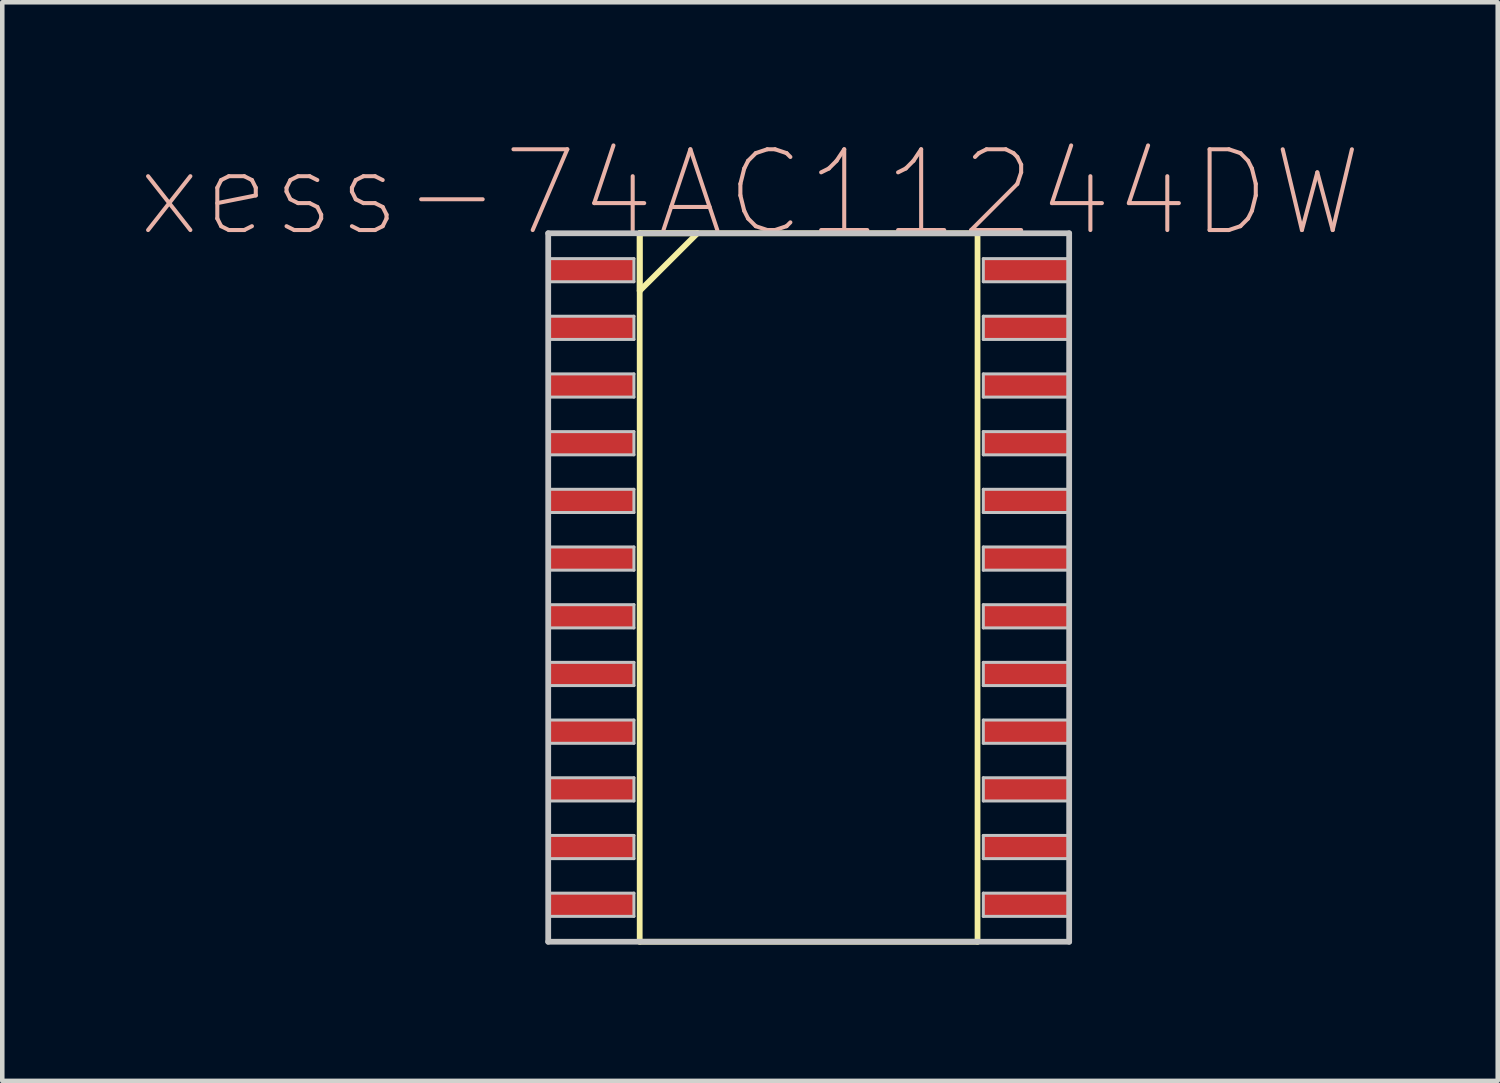
<source format=kicad_pcb>
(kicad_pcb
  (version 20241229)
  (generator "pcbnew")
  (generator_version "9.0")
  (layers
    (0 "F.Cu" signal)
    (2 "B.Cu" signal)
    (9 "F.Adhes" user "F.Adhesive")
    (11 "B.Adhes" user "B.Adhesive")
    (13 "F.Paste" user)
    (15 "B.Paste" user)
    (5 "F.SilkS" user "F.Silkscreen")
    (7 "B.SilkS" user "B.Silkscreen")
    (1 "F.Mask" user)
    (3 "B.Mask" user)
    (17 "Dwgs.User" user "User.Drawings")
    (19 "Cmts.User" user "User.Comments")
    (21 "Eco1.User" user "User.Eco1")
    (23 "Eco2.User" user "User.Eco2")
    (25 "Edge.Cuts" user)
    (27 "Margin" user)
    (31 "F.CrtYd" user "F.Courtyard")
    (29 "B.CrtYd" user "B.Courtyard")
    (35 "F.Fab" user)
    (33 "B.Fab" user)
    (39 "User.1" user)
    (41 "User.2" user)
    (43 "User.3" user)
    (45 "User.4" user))
  (footprint "xess-74AC11244DW"
    (layer "F.Cu")
    (at 10.072 2.898)
    (property "Reference" "xess-74AC11244DW" (at 3.388 -1.702 0) (layer "B.SilkS") (effects (font (size 1.778 1.778) (thickness 0.089))))
    (attr smd)
    (fp_line (start 0.96 -0.813) (end 0.96 0.455) (stroke (width 0.127) (type solid)) (layer "F.SilkS"))
    (fp_line (start 0.96 -0.813) (end 0.96 14.783) (stroke (width 0.127) (type solid)) (layer "F.SilkS"))
    (fp_line (start 0.96 0.455) (end 2.23 -0.813) (stroke (width 0.127) (type solid)) (layer "F.SilkS"))
    (fp_line (start 0.96 14.783) (end 8.397 14.783) (stroke (width 0.127) (type solid)) (layer "F.SilkS"))
    (fp_line (start 2.23 -0.813) (end 0.96 -0.813) (stroke (width 0.127) (type solid)) (layer "F.SilkS"))
    (fp_line (start 8.397 -0.813) (end 0.96 -0.813) (stroke (width 0.127) (type solid)) (layer "F.SilkS"))
    (fp_line (start 8.397 14.783) (end 8.397 -0.813) (stroke (width 0.127) (type solid)) (layer "F.SilkS"))
    (fp_line (start -1.054 -0.813) (end -1.054 14.783) (stroke (width 0.127) (type solid)) (layer "Dwgs.User"))
    (fp_line (start -1.054 -0.254) (end 0.833 -0.254) (stroke (width 0.066) (type solid)) (layer "Dwgs.User"))
    (fp_line (start -1.054 0.254) (end -1.054 -0.254) (stroke (width 0.066) (type solid)) (layer "Dwgs.User"))
    (fp_line (start -1.054 0.254) (end 0.833 0.254) (stroke (width 0.066) (type solid)) (layer "Dwgs.User"))
    (fp_line (start -1.054 1.013) (end 0.833 1.013) (stroke (width 0.066) (type solid)) (layer "Dwgs.User"))
    (fp_line (start -1.054 1.524) (end -1.054 1.013) (stroke (width 0.066) (type solid)) (layer "Dwgs.User"))
    (fp_line (start -1.054 1.524) (end 0.833 1.524) (stroke (width 0.066) (type solid)) (layer "Dwgs.User"))
    (fp_line (start -1.054 2.283) (end 0.833 2.283) (stroke (width 0.066) (type solid)) (layer "Dwgs.User"))
    (fp_line (start -1.054 2.794) (end -1.054 2.283) (stroke (width 0.066) (type solid)) (layer "Dwgs.User"))
    (fp_line (start -1.054 2.794) (end 0.833 2.794) (stroke (width 0.066) (type solid)) (layer "Dwgs.User"))
    (fp_line (start -1.054 3.553) (end 0.833 3.553) (stroke (width 0.066) (type solid)) (layer "Dwgs.User"))
    (fp_line (start -1.054 4.064) (end -1.054 3.553) (stroke (width 0.066) (type solid)) (layer "Dwgs.User"))
    (fp_line (start -1.054 4.064) (end 0.833 4.064) (stroke (width 0.066) (type solid)) (layer "Dwgs.User"))
    (fp_line (start -1.054 4.823) (end 0.833 4.823) (stroke (width 0.066) (type solid)) (layer "Dwgs.User"))
    (fp_line (start -1.054 5.334) (end -1.054 4.823) (stroke (width 0.066) (type solid)) (layer "Dwgs.User"))
    (fp_line (start -1.054 5.334) (end 0.833 5.334) (stroke (width 0.066) (type solid)) (layer "Dwgs.User"))
    (fp_line (start -1.054 6.093) (end 0.833 6.093) (stroke (width 0.066) (type solid)) (layer "Dwgs.User"))
    (fp_line (start -1.054 6.604) (end -1.054 6.093) (stroke (width 0.066) (type solid)) (layer "Dwgs.User"))
    (fp_line (start -1.054 6.604) (end 0.833 6.604) (stroke (width 0.066) (type solid)) (layer "Dwgs.User"))
    (fp_line (start -1.054 7.363) (end 0.833 7.363) (stroke (width 0.066) (type solid)) (layer "Dwgs.User"))
    (fp_line (start -1.054 7.874) (end -1.054 7.363) (stroke (width 0.066) (type solid)) (layer "Dwgs.User"))
    (fp_line (start -1.054 7.874) (end 0.833 7.874) (stroke (width 0.066) (type solid)) (layer "Dwgs.User"))
    (fp_line (start -1.054 8.633) (end 0.833 8.633) (stroke (width 0.066) (type solid)) (layer "Dwgs.User"))
    (fp_line (start -1.054 9.144) (end -1.054 8.633) (stroke (width 0.066) (type solid)) (layer "Dwgs.User"))
    (fp_line (start -1.054 9.144) (end 0.833 9.144) (stroke (width 0.066) (type solid)) (layer "Dwgs.User"))
    (fp_line (start -1.054 9.903) (end 0.833 9.903) (stroke (width 0.066) (type solid)) (layer "Dwgs.User"))
    (fp_line (start -1.054 10.414) (end -1.054 9.903) (stroke (width 0.066) (type solid)) (layer "Dwgs.User"))
    (fp_line (start -1.054 10.414) (end 0.833 10.414) (stroke (width 0.066) (type solid)) (layer "Dwgs.User"))
    (fp_line (start -1.054 11.173) (end 0.833 11.173) (stroke (width 0.066) (type solid)) (layer "Dwgs.User"))
    (fp_line (start -1.054 11.684) (end -1.054 11.173) (stroke (width 0.066) (type solid)) (layer "Dwgs.User"))
    (fp_line (start -1.054 11.684) (end 0.833 11.684) (stroke (width 0.066) (type solid)) (layer "Dwgs.User"))
    (fp_line (start -1.054 12.443) (end 0.833 12.443) (stroke (width 0.066) (type solid)) (layer "Dwgs.User"))
    (fp_line (start -1.054 12.954) (end -1.054 12.443) (stroke (width 0.066) (type solid)) (layer "Dwgs.User"))
    (fp_line (start -1.054 12.954) (end 0.833 12.954) (stroke (width 0.066) (type solid)) (layer "Dwgs.User"))
    (fp_line (start -1.054 13.713) (end 0.833 13.713) (stroke (width 0.066) (type solid)) (layer "Dwgs.User"))
    (fp_line (start -1.054 14.224) (end -1.054 13.713) (stroke (width 0.066) (type solid)) (layer "Dwgs.User"))
    (fp_line (start -1.054 14.224) (end 0.833 14.224) (stroke (width 0.066) (type solid)) (layer "Dwgs.User"))
    (fp_line (start -1.054 14.783) (end 10.414 14.783) (stroke (width 0.127) (type solid)) (layer "Dwgs.User"))
    (fp_line (start 0.833 0.254) (end 0.833 -0.254) (stroke (width 0.066) (type solid)) (layer "Dwgs.User"))
    (fp_line (start 0.833 1.524) (end 0.833 1.013) (stroke (width 0.066) (type solid)) (layer "Dwgs.User"))
    (fp_line (start 0.833 2.794) (end 0.833 2.283) (stroke (width 0.066) (type solid)) (layer "Dwgs.User"))
    (fp_line (start 0.833 4.064) (end 0.833 3.553) (stroke (width 0.066) (type solid)) (layer "Dwgs.User"))
    (fp_line (start 0.833 5.334) (end 0.833 4.823) (stroke (width 0.066) (type solid)) (layer "Dwgs.User"))
    (fp_line (start 0.833 6.604) (end 0.833 6.093) (stroke (width 0.066) (type solid)) (layer "Dwgs.User"))
    (fp_line (start 0.833 7.874) (end 0.833 7.363) (stroke (width 0.066) (type solid)) (layer "Dwgs.User"))
    (fp_line (start 0.833 9.144) (end 0.833 8.633) (stroke (width 0.066) (type solid)) (layer "Dwgs.User"))
    (fp_line (start 0.833 10.414) (end 0.833 9.903) (stroke (width 0.066) (type solid)) (layer "Dwgs.User"))
    (fp_line (start 0.833 11.684) (end 0.833 11.173) (stroke (width 0.066) (type solid)) (layer "Dwgs.User"))
    (fp_line (start 0.833 12.954) (end 0.833 12.443) (stroke (width 0.066) (type solid)) (layer "Dwgs.User"))
    (fp_line (start 0.833 14.224) (end 0.833 13.713) (stroke (width 0.066) (type solid)) (layer "Dwgs.User"))
    (fp_line (start 8.524 -0.254) (end 10.414 -0.254) (stroke (width 0.066) (type solid)) (layer "Dwgs.User"))
    (fp_line (start 8.524 0.254) (end 8.524 -0.254) (stroke (width 0.066) (type solid)) (layer "Dwgs.User"))
    (fp_line (start 8.524 0.254) (end 10.414 0.254) (stroke (width 0.066) (type solid)) (layer "Dwgs.User"))
    (fp_line (start 8.524 1.013) (end 10.414 1.013) (stroke (width 0.066) (type solid)) (layer "Dwgs.User"))
    (fp_line (start 8.524 1.524) (end 8.524 1.013) (stroke (width 0.066) (type solid)) (layer "Dwgs.User"))
    (fp_line (start 8.524 1.524) (end 10.414 1.524) (stroke (width 0.066) (type solid)) (layer "Dwgs.User"))
    (fp_line (start 8.524 2.283) (end 10.414 2.283) (stroke (width 0.066) (type solid)) (layer "Dwgs.User"))
    (fp_line (start 8.524 2.794) (end 8.524 2.283) (stroke (width 0.066) (type solid)) (layer "Dwgs.User"))
    (fp_line (start 8.524 2.794) (end 10.414 2.794) (stroke (width 0.066) (type solid)) (layer "Dwgs.User"))
    (fp_line (start 8.524 3.553) (end 10.414 3.553) (stroke (width 0.066) (type solid)) (layer "Dwgs.User"))
    (fp_line (start 8.524 4.064) (end 8.524 3.553) (stroke (width 0.066) (type solid)) (layer "Dwgs.User"))
    (fp_line (start 8.524 4.064) (end 10.414 4.064) (stroke (width 0.066) (type solid)) (layer "Dwgs.User"))
    (fp_line (start 8.524 4.823) (end 10.414 4.823) (stroke (width 0.066) (type solid)) (layer "Dwgs.User"))
    (fp_line (start 8.524 5.334) (end 8.524 4.823) (stroke (width 0.066) (type solid)) (layer "Dwgs.User"))
    (fp_line (start 8.524 5.334) (end 10.414 5.334) (stroke (width 0.066) (type solid)) (layer "Dwgs.User"))
    (fp_line (start 8.524 6.093) (end 10.414 6.093) (stroke (width 0.066) (type solid)) (layer "Dwgs.User"))
    (fp_line (start 8.524 6.604) (end 8.524 6.093) (stroke (width 0.066) (type solid)) (layer "Dwgs.User"))
    (fp_line (start 8.524 6.604) (end 10.414 6.604) (stroke (width 0.066) (type solid)) (layer "Dwgs.User"))
    (fp_line (start 8.524 7.363) (end 10.414 7.363) (stroke (width 0.066) (type solid)) (layer "Dwgs.User"))
    (fp_line (start 8.524 7.874) (end 8.524 7.363) (stroke (width 0.066) (type solid)) (layer "Dwgs.User"))
    (fp_line (start 8.524 7.874) (end 10.414 7.874) (stroke (width 0.066) (type solid)) (layer "Dwgs.User"))
    (fp_line (start 8.524 8.633) (end 10.414 8.633) (stroke (width 0.066) (type solid)) (layer "Dwgs.User"))
    (fp_line (start 8.524 9.144) (end 8.524 8.633) (stroke (width 0.066) (type solid)) (layer "Dwgs.User"))
    (fp_line (start 8.524 9.144) (end 10.414 9.144) (stroke (width 0.066) (type solid)) (layer "Dwgs.User"))
    (fp_line (start 8.524 9.903) (end 10.414 9.903) (stroke (width 0.066) (type solid)) (layer "Dwgs.User"))
    (fp_line (start 8.524 10.414) (end 8.524 9.903) (stroke (width 0.066) (type solid)) (layer "Dwgs.User"))
    (fp_line (start 8.524 10.414) (end 10.414 10.414) (stroke (width 0.066) (type solid)) (layer "Dwgs.User"))
    (fp_line (start 8.524 11.173) (end 10.414 11.173) (stroke (width 0.066) (type solid)) (layer "Dwgs.User"))
    (fp_line (start 8.524 11.684) (end 8.524 11.173) (stroke (width 0.066) (type solid)) (layer "Dwgs.User"))
    (fp_line (start 8.524 11.684) (end 10.414 11.684) (stroke (width 0.066) (type solid)) (layer "Dwgs.User"))
    (fp_line (start 8.524 12.443) (end 10.414 12.443) (stroke (width 0.066) (type solid)) (layer "Dwgs.User"))
    (fp_line (start 8.524 12.954) (end 8.524 12.443) (stroke (width 0.066) (type solid)) (layer "Dwgs.User"))
    (fp_line (start 8.524 12.954) (end 10.414 12.954) (stroke (width 0.066) (type solid)) (layer "Dwgs.User"))
    (fp_line (start 8.524 13.713) (end 10.414 13.713) (stroke (width 0.066) (type solid)) (layer "Dwgs.User"))
    (fp_line (start 8.524 14.224) (end 8.524 13.713) (stroke (width 0.066) (type solid)) (layer "Dwgs.User"))
    (fp_line (start 8.524 14.224) (end 10.414 14.224) (stroke (width 0.066) (type solid)) (layer "Dwgs.User"))
    (fp_line (start 10.414 -0.813) (end -1.054 -0.813) (stroke (width 0.127) (type solid)) (layer "Dwgs.User"))
    (fp_line (start 10.414 0.254) (end 10.414 -0.254) (stroke (width 0.066) (type solid)) (layer "Dwgs.User"))
    (fp_line (start 10.414 1.524) (end 10.414 1.013) (stroke (width 0.066) (type solid)) (layer "Dwgs.User"))
    (fp_line (start 10.414 2.794) (end 10.414 2.283) (stroke (width 0.066) (type solid)) (layer "Dwgs.User"))
    (fp_line (start 10.414 4.064) (end 10.414 3.553) (stroke (width 0.066) (type solid)) (layer "Dwgs.User"))
    (fp_line (start 10.414 5.334) (end 10.414 4.823) (stroke (width 0.066) (type solid)) (layer "Dwgs.User"))
    (fp_line (start 10.414 6.604) (end 10.414 6.093) (stroke (width 0.066) (type solid)) (layer "Dwgs.User"))
    (fp_line (start 10.414 7.874) (end 10.414 7.363) (stroke (width 0.066) (type solid)) (layer "Dwgs.User"))
    (fp_line (start 10.414 9.144) (end 10.414 8.633) (stroke (width 0.066) (type solid)) (layer "Dwgs.User"))
    (fp_line (start 10.414 10.414) (end 10.414 9.903) (stroke (width 0.066) (type solid)) (layer "Dwgs.User"))
    (fp_line (start 10.414 11.684) (end 10.414 11.173) (stroke (width 0.066) (type solid)) (layer "Dwgs.User"))
    (fp_line (start 10.414 12.954) (end 10.414 12.443) (stroke (width 0.066) (type solid)) (layer "Dwgs.User"))
    (fp_line (start 10.414 14.224) (end 10.414 13.713) (stroke (width 0.066) (type solid)) (layer "Dwgs.User"))
    (fp_line (start 10.414 14.783) (end 10.414 -0.813) (stroke (width 0.127) (type solid)) (layer "Dwgs.User"))
    (pad "1" smd rect (at -0.109 0) (size 1.89 0.508) (layers "F.Cu" "F.Mask" "F.Paste"))
    (pad "2" smd rect (at -0.109 1.27) (size 1.89 0.508) (layers "F.Cu" "F.Mask" "F.Paste"))
    (pad "3" smd rect (at -0.109 2.54) (size 1.89 0.508) (layers "F.Cu" "F.Mask" "F.Paste"))
    (pad "4" smd rect (at -0.109 3.81) (size 1.89 0.508) (layers "F.Cu" "F.Mask" "F.Paste"))
    (pad "5" smd rect (at -0.109 5.08) (size 1.89 0.508) (layers "F.Cu" "F.Mask" "F.Paste"))
    (pad "6" smd rect (at -0.109 6.35) (size 1.89 0.508) (layers "F.Cu" "F.Mask" "F.Paste"))
    (pad "7" smd rect (at -0.109 7.62) (size 1.89 0.508) (layers "F.Cu" "F.Mask" "F.Paste"))
    (pad "8" smd rect (at -0.109 8.89) (size 1.89 0.508) (layers "F.Cu" "F.Mask" "F.Paste"))
    (pad "9" smd rect (at -0.109 10.16) (size 1.89 0.508) (layers "F.Cu" "F.Mask" "F.Paste"))
    (pad "10" smd rect (at -0.109 11.43) (size 1.89 0.508) (layers "F.Cu" "F.Mask" "F.Paste"))
    (pad "11" smd rect (at -0.109 12.7) (size 1.89 0.508) (layers "F.Cu" "F.Mask" "F.Paste"))
    (pad "12" smd rect (at -0.109 13.97) (size 1.89 0.508) (layers "F.Cu" "F.Mask" "F.Paste"))
    (pad "13" smd rect (at 9.469 13.97) (size 1.89 0.508) (layers "F.Cu" "F.Mask" "F.Paste"))
    (pad "14" smd rect (at 9.469 12.7) (size 1.89 0.508) (layers "F.Cu" "F.Mask" "F.Paste"))
    (pad "15" smd rect (at 9.469 11.43) (size 1.89 0.508) (layers "F.Cu" "F.Mask" "F.Paste"))
    (pad "16" smd rect (at 9.469 10.16) (size 1.89 0.508) (layers "F.Cu" "F.Mask" "F.Paste"))
    (pad "17" smd rect (at 9.469 8.89) (size 1.89 0.508) (layers "F.Cu" "F.Mask" "F.Paste"))
    (pad "18" smd rect (at 9.469 7.62) (size 1.89 0.508) (layers "F.Cu" "F.Mask" "F.Paste"))
    (pad "19" smd rect (at 9.469 6.35) (size 1.89 0.508) (layers "F.Cu" "F.Mask" "F.Paste"))
    (pad "20" smd rect (at 9.469 5.08) (size 1.89 0.508) (layers "F.Cu" "F.Mask" "F.Paste"))
    (pad "21" smd rect (at 9.469 3.81) (size 1.89 0.508) (layers "F.Cu" "F.Mask" "F.Paste"))
    (pad "22" smd rect (at 9.469 2.54) (size 1.89 0.508) (layers "F.Cu" "F.Mask" "F.Paste"))
    (pad "23" smd rect (at 9.469 1.27) (size 1.89 0.508) (layers "F.Cu" "F.Mask" "F.Paste"))
    (pad "24" smd rect (at 9.469 0) (size 1.89 0.508) (layers "F.Cu" "F.Mask" "F.Paste")))
  (gr_rect
    (start -3 -3)
    (end 29.92 20.744)
    (stroke (width 0.1) (type default))
    (fill no)
    (layer "Edge.Cuts")))
</source>
